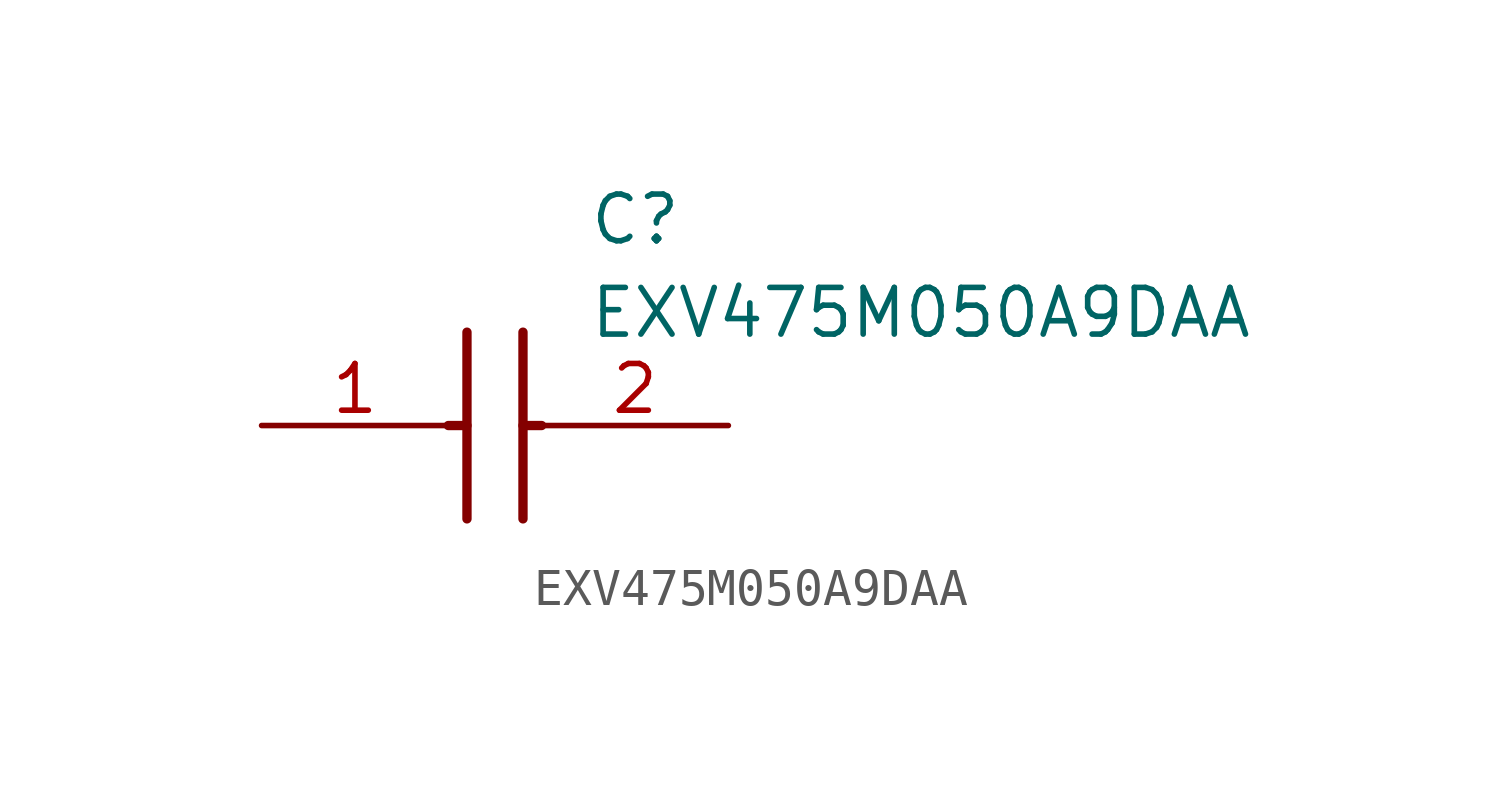
<source format=kicad_sym>
(kicad_symbol_lib
  (version 20211014)
  (generator SamacSys_ECAD_Model)
  (symbol "EXV475M050A9DAA"
    (pin_names hide)
    (property "Reference" "C"
      (at 8.89 6.35 0)
      (effects (font (size 1.27 1.27)) (justify left top)))
    (property "Value" "EXV475M050A9DAA"
      (at 8.89 3.81 0)
      (effects (font (size 1.27 1.27)) (justify left top)))
    (polyline
      (pts (xy 5.588 2.54) (xy 5.588 -2.54))
      (stroke (width 0.254) (type default))
      (fill (type none)))
    (polyline
      (pts (xy 7.112 2.54) (xy 7.112 -2.54))
      (stroke (width 0.254) (type default))
      (fill (type none)))
    (polyline
      (pts (xy 5.08 0) (xy 5.588 0))
      (stroke (width 0.254) (type default))
      (fill (type none)))
    (polyline
      (pts (xy 7.112 0) (xy 7.62 0))
      (stroke (width 0.254) (type default))
      (fill (type none)))
    (pin passive line
      (at 0 0 0)
      (length 5.08)
      (name "+" (effects (font (size 1.27 1.27))))
      (number "1" (effects (font (size 1.27 1.27)))))
    (pin passive line
      (at 12.7 0 180)
      (length 5.08)
      (name "-" (effects (font (size 1.27 1.27))))
      (number "2" (effects (font (size 1.27 1.27)))))))
</source>
